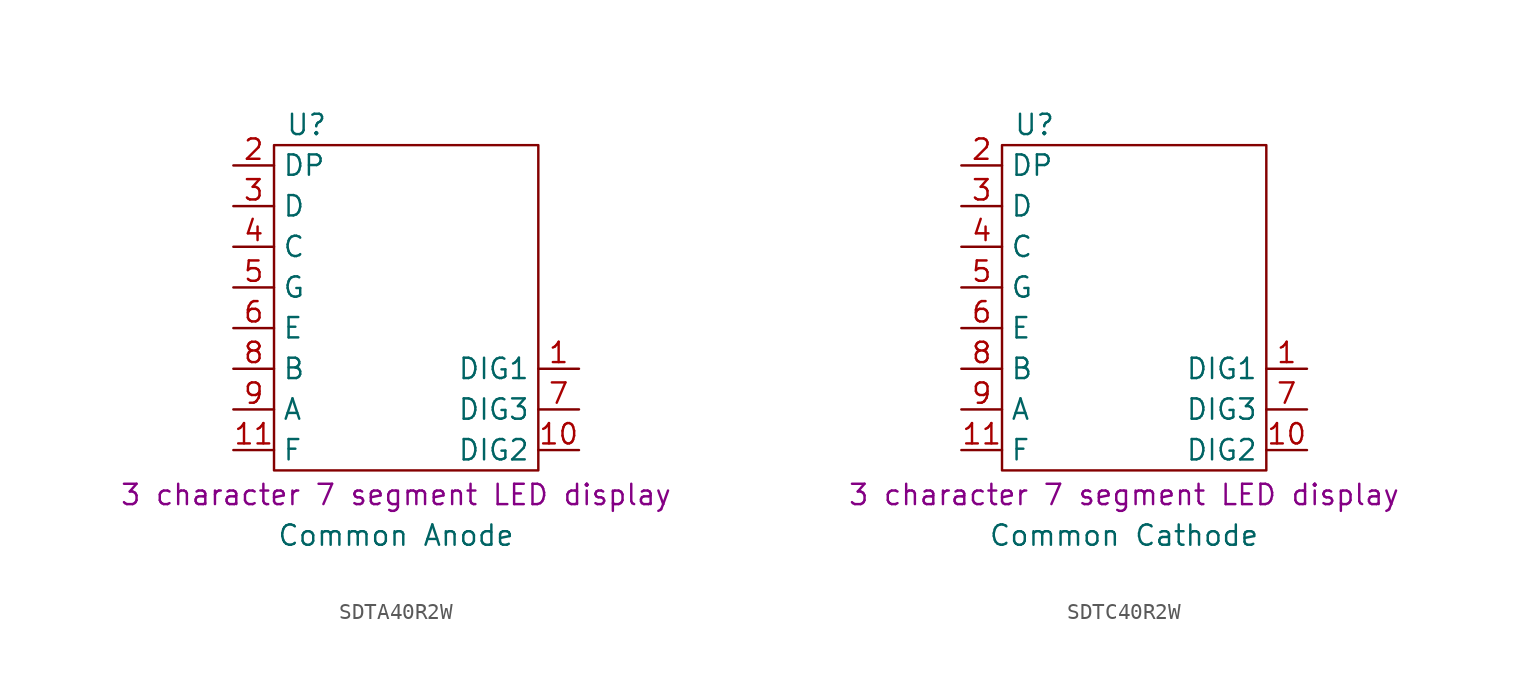
<source format=kicad_sym>
(kicad_symbol_lib
  (version 20241209)
  (generator "kicad_symbol_editor")
  (generator_version "9.0")
  (symbol "SDTA40R2W"
    (property "Reference" "U"
      (at -5.588 11.43 0)
      (effects (font (size 1.27 1.27))))
    (property "Value" "Common Anode"
      (at 0 -14.224 0)
      (effects (font (size 1.27 1.27))))
    (property "Description" "3 character 7 segment LED display"
      (at 0 -11.684 0)
      (effects (font (size 1.27 1.27))))
    (symbol "SDTA40R2W_0_1"
      (rectangle (start -7.62 10.16) (end 8.89 -10.16) (stroke (width 0) (type default)) (fill (type none))))
    (symbol "SDTA40R2W_1_1"
      (pin input line (at -10.16 8.89 0) (length 2.54) (name "DP" (effects (font (size 1.27 1.27)))) (number "2" (effects (font (size 1.27 1.27)))))
      (pin input line (at -10.16 6.35 0) (length 2.54) (name "D" (effects (font (size 1.27 1.27)))) (number "3" (effects (font (size 1.27 1.27)))))
      (pin input line (at -10.16 3.81 0) (length 2.54) (name "C" (effects (font (size 1.27 1.27)))) (number "4" (effects (font (size 1.27 1.27)))))
      (pin input line (at -10.16 1.27 0) (length 2.54) (name "G" (effects (font (size 1.27 1.27)))) (number "5" (effects (font (size 1.27 1.27)))))
      (pin input line (at -10.16 -1.27 0) (length 2.54) (name "E" (effects (font (size 1.27 1.27)))) (number "6" (effects (font (size 1.27 1.27)))))
      (pin input line (at -10.16 -3.81 0) (length 2.54) (name "B" (effects (font (size 1.27 1.27)))) (number "8" (effects (font (size 1.27 1.27)))))
      (pin input line (at -10.16 -6.35 0) (length 2.54) (name "A" (effects (font (size 1.27 1.27)))) (number "9" (effects (font (size 1.27 1.27)))))
      (pin input line (at -10.16 -8.89 0) (length 2.54) (name "F" (effects (font (size 1.27 1.27)))) (number "11" (effects (font (size 1.27 1.27)))))
      (pin input line (at 11.43 -3.81 180) (length 2.54) (name "DIG1" (effects (font (size 1.27 1.27)))) (number "1" (effects (font (size 1.27 1.27)))))
      (pin input line (at 11.43 -6.35 180) (length 2.54) (name "DIG3" (effects (font (size 1.27 1.27)))) (number "7" (effects (font (size 1.27 1.27)))))
      (pin input line (at 11.43 -8.89 180) (length 2.54) (name "DIG2" (effects (font (size 1.27 1.27)))) (number "10" (effects (font (size 1.27 1.27)))))))
  (symbol "SDTC40R2W"
    (property "Reference" "U"
      (at -5.588 11.43 0)
      (effects (font (size 1.27 1.27))))
    (property "Value" "Common Cathode"
      (at 0 -14.224 0)
      (effects (font (size 1.27 1.27))))
    (property "Description" "3 character 7 segment LED display"
      (at 0 -11.684 0)
      (effects (font (size 1.27 1.27))))
    (symbol "SDTC40R2W_0_1"
      (rectangle (start -7.62 10.16) (end 8.89 -10.16) (stroke (width 0) (type default)) (fill (type none))))
    (symbol "SDTC40R2W_1_1"
      (pin input line (at -10.16 8.89 0) (length 2.54) (name "DP" (effects (font (size 1.27 1.27)))) (number "2" (effects (font (size 1.27 1.27)))))
      (pin input line (at -10.16 6.35 0) (length 2.54) (name "D" (effects (font (size 1.27 1.27)))) (number "3" (effects (font (size 1.27 1.27)))))
      (pin input line (at -10.16 3.81 0) (length 2.54) (name "C" (effects (font (size 1.27 1.27)))) (number "4" (effects (font (size 1.27 1.27)))))
      (pin input line (at -10.16 1.27 0) (length 2.54) (name "G" (effects (font (size 1.27 1.27)))) (number "5" (effects (font (size 1.27 1.27)))))
      (pin input line (at -10.16 -1.27 0) (length 2.54) (name "E" (effects (font (size 1.27 1.27)))) (number "6" (effects (font (size 1.27 1.27)))))
      (pin input line (at -10.16 -3.81 0) (length 2.54) (name "B" (effects (font (size 1.27 1.27)))) (number "8" (effects (font (size 1.27 1.27)))))
      (pin input line (at -10.16 -6.35 0) (length 2.54) (name "A" (effects (font (size 1.27 1.27)))) (number "9" (effects (font (size 1.27 1.27)))))
      (pin input line (at -10.16 -8.89 0) (length 2.54) (name "F" (effects (font (size 1.27 1.27)))) (number "11" (effects (font (size 1.27 1.27)))))
      (pin input line (at 11.43 -3.81 180) (length 2.54) (name "DIG1" (effects (font (size 1.27 1.27)))) (number "1" (effects (font (size 1.27 1.27)))))
      (pin input line (at 11.43 -6.35 180) (length 2.54) (name "DIG3" (effects (font (size 1.27 1.27)))) (number "7" (effects (font (size 1.27 1.27)))))
      (pin input line (at 11.43 -8.89 180) (length 2.54) (name "DIG2" (effects (font (size 1.27 1.27)))) (number "10" (effects (font (size 1.27 1.27))))))))
</source>
